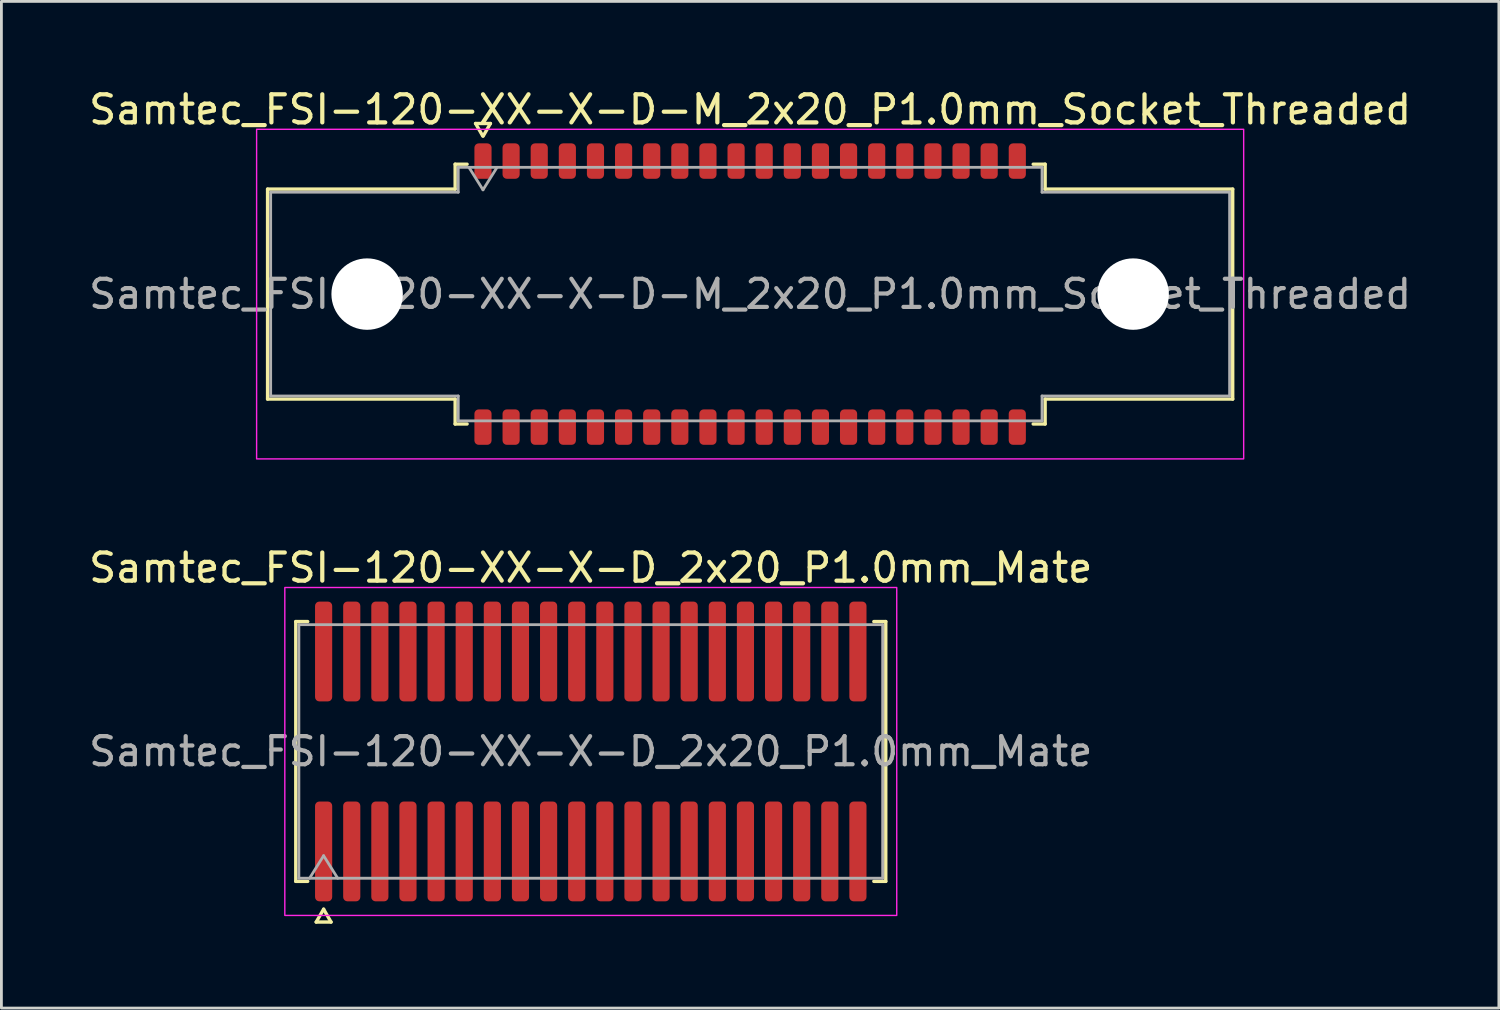
<source format=kicad_pcb>
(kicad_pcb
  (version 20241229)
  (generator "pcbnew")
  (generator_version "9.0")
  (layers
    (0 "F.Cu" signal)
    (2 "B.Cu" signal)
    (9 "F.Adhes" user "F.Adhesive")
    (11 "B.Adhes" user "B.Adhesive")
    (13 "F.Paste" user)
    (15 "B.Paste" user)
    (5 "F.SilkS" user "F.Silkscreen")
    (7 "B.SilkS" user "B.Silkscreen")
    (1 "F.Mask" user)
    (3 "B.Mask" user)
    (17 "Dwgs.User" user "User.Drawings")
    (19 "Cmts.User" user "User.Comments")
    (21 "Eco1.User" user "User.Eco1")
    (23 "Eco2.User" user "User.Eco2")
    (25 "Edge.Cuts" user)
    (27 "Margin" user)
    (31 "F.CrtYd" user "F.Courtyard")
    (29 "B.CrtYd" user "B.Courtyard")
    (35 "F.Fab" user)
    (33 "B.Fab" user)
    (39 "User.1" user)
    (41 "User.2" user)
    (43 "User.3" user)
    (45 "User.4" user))
  (footprint "Samtec_FSI-120-XX-X-D_2x20_P1.0mm_Mate"
    (layer "F.Cu")
    (at 17.958 23.672)
    (property "Reference" "Samtec_FSI-120-XX-X-D_2x20_P1.0mm_Mate" (at 0 -6.53 0) (layer "F.SilkS") (effects (font (size 1 1) (thickness 0.15))))
    (attr exclude_from_pos_files exclude_from_bom)
    (fp_line (start -10.49 -4.619) (end -10.065 -4.619) (stroke (width 0.12) (type solid)) (layer "F.SilkS"))
    (fp_line (start -10.49 4.619) (end -10.49 -4.619) (stroke (width 0.12) (type solid)) (layer "F.SilkS"))
    (fp_line (start -10.065 4.619) (end -10.49 4.619) (stroke (width 0.12) (type solid)) (layer "F.SilkS"))
    (fp_line (start -9.764 6.066) (end -9.5 5.609) (stroke (width 0.12) (type solid)) (layer "F.SilkS"))
    (fp_line (start -9.5 5.609) (end -9.236 6.066) (stroke (width 0.12) (type solid)) (layer "F.SilkS"))
    (fp_line (start -9.236 6.066) (end -9.764 6.066) (stroke (width 0.12) (type solid)) (layer "F.SilkS"))
    (fp_line (start 10.065 -4.619) (end 10.49 -4.619) (stroke (width 0.12) (type solid)) (layer "F.SilkS"))
    (fp_line (start 10.49 -4.619) (end 10.49 4.619) (stroke (width 0.12) (type solid)) (layer "F.SilkS"))
    (fp_line (start 10.49 4.619) (end 10.065 4.619) (stroke (width 0.12) (type solid)) (layer "F.SilkS"))
    (fp_rect (start -10.88 -5.83) (end 10.88 5.83) (stroke (width 0.05) (type solid)) (fill no) (layer "F.CrtYd"))
    (fp_line (start -10.38 -4.508) (end 10.38 -4.508) (stroke (width 0.1) (type solid)) (layer "F.Fab"))
    (fp_line (start -10.38 4.508) (end -10.38 -4.508) (stroke (width 0.1) (type solid)) (layer "F.Fab"))
    (fp_line (start -10 4.508) (end -9.5 3.708) (stroke (width 0.1) (type solid)) (layer "F.Fab"))
    (fp_line (start -9.5 3.708) (end -9 4.508) (stroke (width 0.1) (type solid)) (layer "F.Fab"))
    (fp_line (start 10.38 -4.508) (end 10.38 4.508) (stroke (width 0.1) (type solid)) (layer "F.Fab"))
    (fp_line (start 10.38 4.508) (end -10.38 4.508) (stroke (width 0.1) (type solid)) (layer "F.Fab"))
    (fp_text user "${REFERENCE}" (at 0 0 0) (layer "F.Fab") (effects (font (size 1 1) (thickness 0.15))))
    (pad "1" smd roundrect (at -9.5 3.555) (size 0.61 3.55) (layers "F.Cu" "F.Mask") (roundrect_rratio 0.25))
    (pad "2" smd roundrect (at -9.5 -3.555) (size 0.61 3.55) (layers "F.Cu" "F.Mask") (roundrect_rratio 0.25))
    (pad "3" smd roundrect (at -8.5 3.555) (size 0.61 3.55) (layers "F.Cu" "F.Mask") (roundrect_rratio 0.25))
    (pad "4" smd roundrect (at -8.5 -3.555) (size 0.61 3.55) (layers "F.Cu" "F.Mask") (roundrect_rratio 0.25))
    (pad "5" smd roundrect (at -7.5 3.555) (size 0.61 3.55) (layers "F.Cu" "F.Mask") (roundrect_rratio 0.25))
    (pad "6" smd roundrect (at -7.5 -3.555) (size 0.61 3.55) (layers "F.Cu" "F.Mask") (roundrect_rratio 0.25))
    (pad "7" smd roundrect (at -6.5 3.555) (size 0.61 3.55) (layers "F.Cu" "F.Mask") (roundrect_rratio 0.25))
    (pad "8" smd roundrect (at -6.5 -3.555) (size 0.61 3.55) (layers "F.Cu" "F.Mask") (roundrect_rratio 0.25))
    (pad "9" smd roundrect (at -5.5 3.555) (size 0.61 3.55) (layers "F.Cu" "F.Mask") (roundrect_rratio 0.25))
    (pad "10" smd roundrect (at -5.5 -3.555) (size 0.61 3.55) (layers "F.Cu" "F.Mask") (roundrect_rratio 0.25))
    (pad "11" smd roundrect (at -4.5 3.555) (size 0.61 3.55) (layers "F.Cu" "F.Mask") (roundrect_rratio 0.25))
    (pad "12" smd roundrect (at -4.5 -3.555) (size 0.61 3.55) (layers "F.Cu" "F.Mask") (roundrect_rratio 0.25))
    (pad "13" smd roundrect (at -3.5 3.555) (size 0.61 3.55) (layers "F.Cu" "F.Mask") (roundrect_rratio 0.25))
    (pad "14" smd roundrect (at -3.5 -3.555) (size 0.61 3.55) (layers "F.Cu" "F.Mask") (roundrect_rratio 0.25))
    (pad "15" smd roundrect (at -2.5 3.555) (size 0.61 3.55) (layers "F.Cu" "F.Mask") (roundrect_rratio 0.25))
    (pad "16" smd roundrect (at -2.5 -3.555) (size 0.61 3.55) (layers "F.Cu" "F.Mask") (roundrect_rratio 0.25))
    (pad "17" smd roundrect (at -1.5 3.555) (size 0.61 3.55) (layers "F.Cu" "F.Mask") (roundrect_rratio 0.25))
    (pad "18" smd roundrect (at -1.5 -3.555) (size 0.61 3.55) (layers "F.Cu" "F.Mask") (roundrect_rratio 0.25))
    (pad "19" smd roundrect (at -0.5 3.555) (size 0.61 3.55) (layers "F.Cu" "F.Mask") (roundrect_rratio 0.25))
    (pad "20" smd roundrect (at -0.5 -3.555) (size 0.61 3.55) (layers "F.Cu" "F.Mask") (roundrect_rratio 0.25))
    (pad "21" smd roundrect (at 0.5 3.555) (size 0.61 3.55) (layers "F.Cu" "F.Mask") (roundrect_rratio 0.25))
    (pad "22" smd roundrect (at 0.5 -3.555) (size 0.61 3.55) (layers "F.Cu" "F.Mask") (roundrect_rratio 0.25))
    (pad "23" smd roundrect (at 1.5 3.555) (size 0.61 3.55) (layers "F.Cu" "F.Mask") (roundrect_rratio 0.25))
    (pad "24" smd roundrect (at 1.5 -3.555) (size 0.61 3.55) (layers "F.Cu" "F.Mask") (roundrect_rratio 0.25))
    (pad "25" smd roundrect (at 2.5 3.555) (size 0.61 3.55) (layers "F.Cu" "F.Mask") (roundrect_rratio 0.25))
    (pad "26" smd roundrect (at 2.5 -3.555) (size 0.61 3.55) (layers "F.Cu" "F.Mask") (roundrect_rratio 0.25))
    (pad "27" smd roundrect (at 3.5 3.555) (size 0.61 3.55) (layers "F.Cu" "F.Mask") (roundrect_rratio 0.25))
    (pad "28" smd roundrect (at 3.5 -3.555) (size 0.61 3.55) (layers "F.Cu" "F.Mask") (roundrect_rratio 0.25))
    (pad "29" smd roundrect (at 4.5 3.555) (size 0.61 3.55) (layers "F.Cu" "F.Mask") (roundrect_rratio 0.25))
    (pad "30" smd roundrect (at 4.5 -3.555) (size 0.61 3.55) (layers "F.Cu" "F.Mask") (roundrect_rratio 0.25))
    (pad "31" smd roundrect (at 5.5 3.555) (size 0.61 3.55) (layers "F.Cu" "F.Mask") (roundrect_rratio 0.25))
    (pad "32" smd roundrect (at 5.5 -3.555) (size 0.61 3.55) (layers "F.Cu" "F.Mask") (roundrect_rratio 0.25))
    (pad "33" smd roundrect (at 6.5 3.555) (size 0.61 3.55) (layers "F.Cu" "F.Mask") (roundrect_rratio 0.25))
    (pad "34" smd roundrect (at 6.5 -3.555) (size 0.61 3.55) (layers "F.Cu" "F.Mask") (roundrect_rratio 0.25))
    (pad "35" smd roundrect (at 7.5 3.555) (size 0.61 3.55) (layers "F.Cu" "F.Mask") (roundrect_rratio 0.25))
    (pad "36" smd roundrect (at 7.5 -3.555) (size 0.61 3.55) (layers "F.Cu" "F.Mask") (roundrect_rratio 0.25))
    (pad "37" smd roundrect (at 8.5 3.555) (size 0.61 3.55) (layers "F.Cu" "F.Mask") (roundrect_rratio 0.25))
    (pad "38" smd roundrect (at 8.5 -3.555) (size 0.61 3.55) (layers "F.Cu" "F.Mask") (roundrect_rratio 0.25))
    (pad "39" smd roundrect (at 9.5 3.555) (size 0.61 3.55) (layers "F.Cu" "F.Mask") (roundrect_rratio 0.25))
    (pad "40" smd roundrect (at 9.5 -3.555) (size 0.61 3.55) (layers "F.Cu" "F.Mask") (roundrect_rratio 0.25)))
  (footprint "Samtec_FSI-120-XX-X-D-M_2x20_P1.0mm_Socket_Threaded"
    (layer "F.Cu")
    (at 23.625 7.408)
    (property "Reference" "Samtec_FSI-120-XX-X-D-M_2x20_P1.0mm_Socket_Threaded" (at 0 -6.56 0) (layer "F.SilkS") (effects (font (size 1 1) (thickness 0.15))))
    (attr smd)
    (fp_line (start -17.16 -3.733) (end -10.49 -3.733) (stroke (width 0.12) (type solid)) (layer "F.SilkS"))
    (fp_line (start -17.16 3.733) (end -17.16 -3.733) (stroke (width 0.12) (type solid)) (layer "F.SilkS"))
    (fp_line (start -10.49 -4.619) (end -10.065 -4.619) (stroke (width 0.12) (type solid)) (layer "F.SilkS"))
    (fp_line (start -10.49 -3.733) (end -10.49 -4.619) (stroke (width 0.12) (type solid)) (layer "F.SilkS"))
    (fp_line (start -10.49 3.733) (end -17.16 3.733) (stroke (width 0.12) (type solid)) (layer "F.SilkS"))
    (fp_line (start -10.49 4.619) (end -10.49 3.733) (stroke (width 0.12) (type solid)) (layer "F.SilkS"))
    (fp_line (start -10.065 4.619) (end -10.49 4.619) (stroke (width 0.12) (type solid)) (layer "F.SilkS"))
    (fp_line (start -9.764 -6.066) (end -9.507 -5.62) (stroke (width 0.12) (type solid)) (layer "F.SilkS"))
    (fp_line (start -9.493 -5.62) (end -9.236 -6.066) (stroke (width 0.12) (type solid)) (layer "F.SilkS"))
    (fp_line (start -9.236 -6.066) (end -9.764 -6.066) (stroke (width 0.12) (type solid)) (layer "F.SilkS"))
    (fp_line (start 10.065 -4.619) (end 10.49 -4.619) (stroke (width 0.12) (type solid)) (layer "F.SilkS"))
    (fp_line (start 10.49 -4.619) (end 10.49 -3.733) (stroke (width 0.12) (type solid)) (layer "F.SilkS"))
    (fp_line (start 10.49 -3.733) (end 17.16 -3.733) (stroke (width 0.12) (type solid)) (layer "F.SilkS"))
    (fp_line (start 10.49 3.733) (end 10.49 4.619) (stroke (width 0.12) (type solid)) (layer "F.SilkS"))
    (fp_line (start 10.49 4.619) (end 10.065 4.619) (stroke (width 0.12) (type solid)) (layer "F.SilkS"))
    (fp_line (start 17.16 -3.733) (end 17.16 3.733) (stroke (width 0.12) (type solid)) (layer "F.SilkS"))
    (fp_line (start 17.16 3.733) (end 10.49 3.733) (stroke (width 0.12) (type solid)) (layer "F.SilkS"))
    (fp_rect (start -17.55 -5.86) (end 17.55 5.86) (stroke (width 0.05) (type solid)) (fill no) (layer "F.CrtYd"))
    (fp_line (start -17.05 -3.623) (end -10.38 -3.623) (stroke (width 0.1) (type solid)) (layer "F.Fab"))
    (fp_line (start -17.05 3.623) (end -17.05 -3.623) (stroke (width 0.1) (type solid)) (layer "F.Fab"))
    (fp_line (start -10.38 -4.508) (end 10.38 -4.508) (stroke (width 0.1) (type solid)) (layer "F.Fab"))
    (fp_line (start -10.38 -3.623) (end -10.38 -4.508) (stroke (width 0.1) (type solid)) (layer "F.Fab"))
    (fp_line (start -10.38 3.623) (end -17.05 3.623) (stroke (width 0.1) (type solid)) (layer "F.Fab"))
    (fp_line (start -10.38 4.508) (end -10.38 3.623) (stroke (width 0.1) (type solid)) (layer "F.Fab"))
    (fp_line (start -10 -4.508) (end -9.5 -3.708) (stroke (width 0.1) (type solid)) (layer "F.Fab"))
    (fp_line (start -9.5 -3.708) (end -9 -4.508) (stroke (width 0.1) (type solid)) (layer "F.Fab"))
    (fp_line (start 10.38 -4.508) (end 10.38 -3.623) (stroke (width 0.1) (type solid)) (layer "F.Fab"))
    (fp_line (start 10.38 -3.623) (end 17.05 -3.623) (stroke (width 0.1) (type solid)) (layer "F.Fab"))
    (fp_line (start 10.38 3.623) (end 10.38 4.508) (stroke (width 0.1) (type solid)) (layer "F.Fab"))
    (fp_line (start 10.38 4.508) (end -10.38 4.508) (stroke (width 0.1) (type solid)) (layer "F.Fab"))
    (fp_line (start 17.05 -3.623) (end 17.05 3.623) (stroke (width 0.1) (type solid)) (layer "F.Fab"))
    (fp_line (start 17.05 3.623) (end 10.38 3.623) (stroke (width 0.1) (type solid)) (layer "F.Fab"))
    (fp_text user "${REFERENCE}" (at 0 0 0) (layer "F.Fab") (effects (font (size 1 1) (thickness 0.15))))
    (pad "" np_thru_hole circle (at -13.62 0) (size 2.54 2.54) (drill 2.54) (layers "*.Cu" "*.Mask"))
    (pad "" np_thru_hole circle (at 13.62 0) (size 2.54 2.54) (drill 2.54) (layers "*.Cu" "*.Mask"))
    (pad "1" smd roundrect (at -9.5 -4.73) (size 0.61 1.26) (layers "F.Cu" "F.Mask" "F.Paste") (roundrect_rratio 0.25))
    (pad "2" smd roundrect (at -9.5 4.73) (size 0.61 1.26) (layers "F.Cu" "F.Mask" "F.Paste") (roundrect_rratio 0.25))
    (pad "3" smd roundrect (at -8.5 -4.73) (size 0.61 1.26) (layers "F.Cu" "F.Mask" "F.Paste") (roundrect_rratio 0.25))
    (pad "4" smd roundrect (at -8.5 4.73) (size 0.61 1.26) (layers "F.Cu" "F.Mask" "F.Paste") (roundrect_rratio 0.25))
    (pad "5" smd roundrect (at -7.5 -4.73) (size 0.61 1.26) (layers "F.Cu" "F.Mask" "F.Paste") (roundrect_rratio 0.25))
    (pad "6" smd roundrect (at -7.5 4.73) (size 0.61 1.26) (layers "F.Cu" "F.Mask" "F.Paste") (roundrect_rratio 0.25))
    (pad "7" smd roundrect (at -6.5 -4.73) (size 0.61 1.26) (layers "F.Cu" "F.Mask" "F.Paste") (roundrect_rratio 0.25))
    (pad "8" smd roundrect (at -6.5 4.73) (size 0.61 1.26) (layers "F.Cu" "F.Mask" "F.Paste") (roundrect_rratio 0.25))
    (pad "9" smd roundrect (at -5.5 -4.73) (size 0.61 1.26) (layers "F.Cu" "F.Mask" "F.Paste") (roundrect_rratio 0.25))
    (pad "10" smd roundrect (at -5.5 4.73) (size 0.61 1.26) (layers "F.Cu" "F.Mask" "F.Paste") (roundrect_rratio 0.25))
    (pad "11" smd roundrect (at -4.5 -4.73) (size 0.61 1.26) (layers "F.Cu" "F.Mask" "F.Paste") (roundrect_rratio 0.25))
    (pad "12" smd roundrect (at -4.5 4.73) (size 0.61 1.26) (layers "F.Cu" "F.Mask" "F.Paste") (roundrect_rratio 0.25))
    (pad "13" smd roundrect (at -3.5 -4.73) (size 0.61 1.26) (layers "F.Cu" "F.Mask" "F.Paste") (roundrect_rratio 0.25))
    (pad "14" smd roundrect (at -3.5 4.73) (size 0.61 1.26) (layers "F.Cu" "F.Mask" "F.Paste") (roundrect_rratio 0.25))
    (pad "15" smd roundrect (at -2.5 -4.73) (size 0.61 1.26) (layers "F.Cu" "F.Mask" "F.Paste") (roundrect_rratio 0.25))
    (pad "16" smd roundrect (at -2.5 4.73) (size 0.61 1.26) (layers "F.Cu" "F.Mask" "F.Paste") (roundrect_rratio 0.25))
    (pad "17" smd roundrect (at -1.5 -4.73) (size 0.61 1.26) (layers "F.Cu" "F.Mask" "F.Paste") (roundrect_rratio 0.25))
    (pad "18" smd roundrect (at -1.5 4.73) (size 0.61 1.26) (layers "F.Cu" "F.Mask" "F.Paste") (roundrect_rratio 0.25))
    (pad "19" smd roundrect (at -0.5 -4.73) (size 0.61 1.26) (layers "F.Cu" "F.Mask" "F.Paste") (roundrect_rratio 0.25))
    (pad "20" smd roundrect (at -0.5 4.73) (size 0.61 1.26) (layers "F.Cu" "F.Mask" "F.Paste") (roundrect_rratio 0.25))
    (pad "21" smd roundrect (at 0.5 -4.73) (size 0.61 1.26) (layers "F.Cu" "F.Mask" "F.Paste") (roundrect_rratio 0.25))
    (pad "22" smd roundrect (at 0.5 4.73) (size 0.61 1.26) (layers "F.Cu" "F.Mask" "F.Paste") (roundrect_rratio 0.25))
    (pad "23" smd roundrect (at 1.5 -4.73) (size 0.61 1.26) (layers "F.Cu" "F.Mask" "F.Paste") (roundrect_rratio 0.25))
    (pad "24" smd roundrect (at 1.5 4.73) (size 0.61 1.26) (layers "F.Cu" "F.Mask" "F.Paste") (roundrect_rratio 0.25))
    (pad "25" smd roundrect (at 2.5 -4.73) (size 0.61 1.26) (layers "F.Cu" "F.Mask" "F.Paste") (roundrect_rratio 0.25))
    (pad "26" smd roundrect (at 2.5 4.73) (size 0.61 1.26) (layers "F.Cu" "F.Mask" "F.Paste") (roundrect_rratio 0.25))
    (pad "27" smd roundrect (at 3.5 -4.73) (size 0.61 1.26) (layers "F.Cu" "F.Mask" "F.Paste") (roundrect_rratio 0.25))
    (pad "28" smd roundrect (at 3.5 4.73) (size 0.61 1.26) (layers "F.Cu" "F.Mask" "F.Paste") (roundrect_rratio 0.25))
    (pad "29" smd roundrect (at 4.5 -4.73) (size 0.61 1.26) (layers "F.Cu" "F.Mask" "F.Paste") (roundrect_rratio 0.25))
    (pad "30" smd roundrect (at 4.5 4.73) (size 0.61 1.26) (layers "F.Cu" "F.Mask" "F.Paste") (roundrect_rratio 0.25))
    (pad "31" smd roundrect (at 5.5 -4.73) (size 0.61 1.26) (layers "F.Cu" "F.Mask" "F.Paste") (roundrect_rratio 0.25))
    (pad "32" smd roundrect (at 5.5 4.73) (size 0.61 1.26) (layers "F.Cu" "F.Mask" "F.Paste") (roundrect_rratio 0.25))
    (pad "33" smd roundrect (at 6.5 -4.73) (size 0.61 1.26) (layers "F.Cu" "F.Mask" "F.Paste") (roundrect_rratio 0.25))
    (pad "34" smd roundrect (at 6.5 4.73) (size 0.61 1.26) (layers "F.Cu" "F.Mask" "F.Paste") (roundrect_rratio 0.25))
    (pad "35" smd roundrect (at 7.5 -4.73) (size 0.61 1.26) (layers "F.Cu" "F.Mask" "F.Paste") (roundrect_rratio 0.25))
    (pad "36" smd roundrect (at 7.5 4.73) (size 0.61 1.26) (layers "F.Cu" "F.Mask" "F.Paste") (roundrect_rratio 0.25))
    (pad "37" smd roundrect (at 8.5 -4.73) (size 0.61 1.26) (layers "F.Cu" "F.Mask" "F.Paste") (roundrect_rratio 0.25))
    (pad "38" smd roundrect (at 8.5 4.73) (size 0.61 1.26) (layers "F.Cu" "F.Mask" "F.Paste") (roundrect_rratio 0.25))
    (pad "39" smd roundrect (at 9.5 -4.73) (size 0.61 1.26) (layers "F.Cu" "F.Mask" "F.Paste") (roundrect_rratio 0.25))
    (pad "40" smd roundrect (at 9.5 4.73) (size 0.61 1.26) (layers "F.Cu" "F.Mask" "F.Paste") (roundrect_rratio 0.25)))
  (gr_rect
    (start -3 -3)
    (end 50.25 32.797)
    (stroke (width 0.1) (type default))
    (fill no)
    (layer "Edge.Cuts")))
</source>
